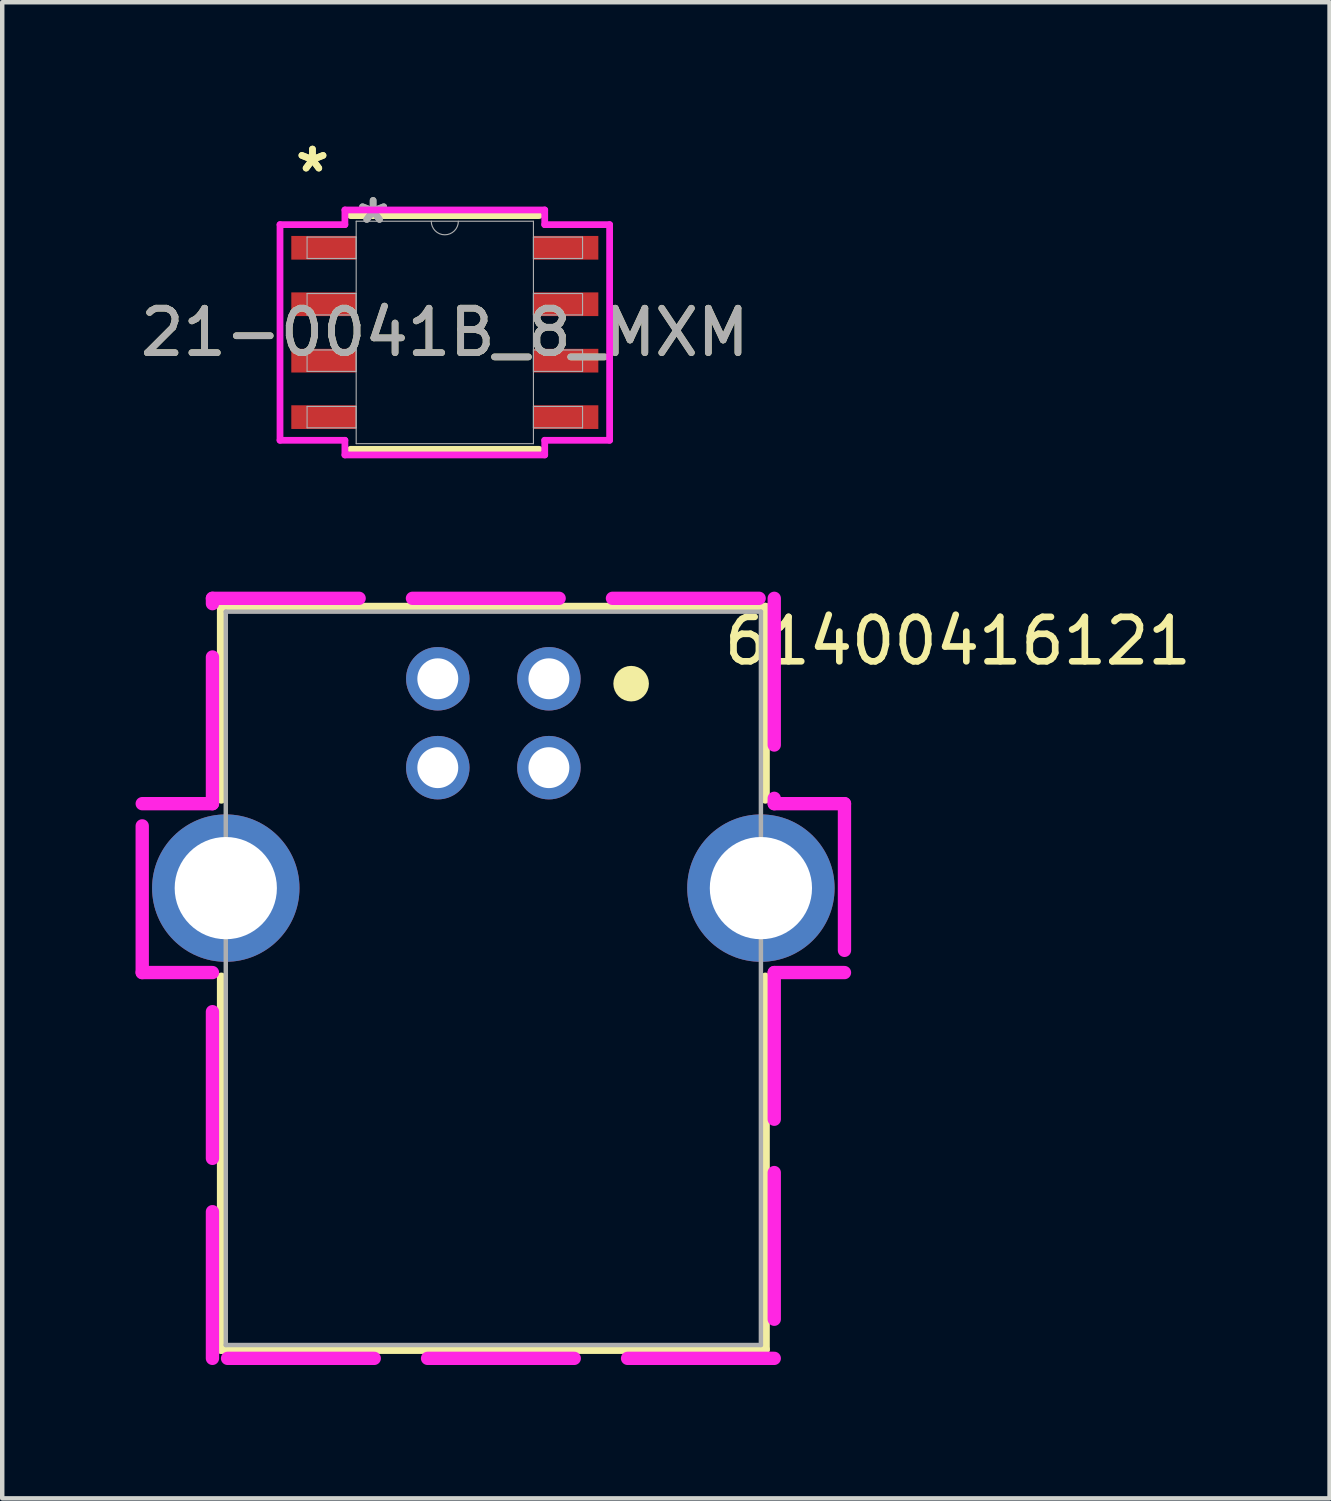
<source format=kicad_pcb>
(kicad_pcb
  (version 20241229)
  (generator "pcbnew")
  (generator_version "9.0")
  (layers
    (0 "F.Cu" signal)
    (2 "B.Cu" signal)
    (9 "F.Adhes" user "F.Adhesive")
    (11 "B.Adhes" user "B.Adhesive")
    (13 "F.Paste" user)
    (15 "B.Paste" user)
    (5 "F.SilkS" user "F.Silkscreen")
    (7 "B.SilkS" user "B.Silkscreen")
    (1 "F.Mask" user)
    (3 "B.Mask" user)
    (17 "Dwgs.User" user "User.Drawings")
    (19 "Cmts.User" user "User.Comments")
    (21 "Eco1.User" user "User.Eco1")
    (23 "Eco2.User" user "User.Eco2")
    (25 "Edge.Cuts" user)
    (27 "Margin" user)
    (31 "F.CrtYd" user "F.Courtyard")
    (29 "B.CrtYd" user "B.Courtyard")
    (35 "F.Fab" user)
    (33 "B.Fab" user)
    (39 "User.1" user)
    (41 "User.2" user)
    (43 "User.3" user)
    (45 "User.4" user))
  (footprint "21-0041B_8_MXM"
    (layer "F.Cu")
    (at 6.958 4.43)
    (property "Reference" "21-0041B_8_MXM" (at 0 0 0) (unlocked yes) (layer "F.SilkS") (effects (font (size 1 1) (thickness 0.15))))
    (attr smd)
    (fp_line (start -2.121 2.629) (end 2.121 2.629) (stroke (width 0.152) (type solid)) (layer "F.SilkS"))
    (fp_line (start 2.121 -2.629) (end -2.121 -2.629) (stroke (width 0.152) (type solid)) (layer "F.SilkS"))
    (fp_line (start -3.708 -2.426) (end -2.248 -2.426) (stroke (width 0.152) (type solid)) (layer "F.CrtYd"))
    (fp_line (start -3.708 2.426) (end -3.708 -2.426) (stroke (width 0.152) (type solid)) (layer "F.CrtYd"))
    (fp_line (start -3.708 2.426) (end -2.248 2.426) (stroke (width 0.152) (type solid)) (layer "F.CrtYd"))
    (fp_line (start -2.248 -2.756) (end 2.248 -2.756) (stroke (width 0.152) (type solid)) (layer "F.CrtYd"))
    (fp_line (start -2.248 -2.426) (end -2.248 -2.756) (stroke (width 0.152) (type solid)) (layer "F.CrtYd"))
    (fp_line (start -2.248 2.756) (end -2.248 2.426) (stroke (width 0.152) (type solid)) (layer "F.CrtYd"))
    (fp_line (start 2.248 -2.756) (end 2.248 -2.426) (stroke (width 0.152) (type solid)) (layer "F.CrtYd"))
    (fp_line (start 2.248 2.426) (end 2.248 2.756) (stroke (width 0.152) (type solid)) (layer "F.CrtYd"))
    (fp_line (start 2.248 2.756) (end -2.248 2.756) (stroke (width 0.152) (type solid)) (layer "F.CrtYd"))
    (fp_line (start 3.708 -2.426) (end 2.248 -2.426) (stroke (width 0.152) (type solid)) (layer "F.CrtYd"))
    (fp_line (start 3.708 -2.426) (end 3.708 2.426) (stroke (width 0.152) (type solid)) (layer "F.CrtYd"))
    (fp_line (start 3.708 2.426) (end 2.248 2.426) (stroke (width 0.152) (type solid)) (layer "F.CrtYd"))
    (fp_line (start -3.099 -2.146) (end -3.099 -1.664) (stroke (width 0.025) (type solid)) (layer "F.Fab"))
    (fp_line (start -3.099 -1.664) (end -1.994 -1.664) (stroke (width 0.025) (type solid)) (layer "F.Fab"))
    (fp_line (start -3.099 -0.876) (end -3.099 -0.394) (stroke (width 0.025) (type solid)) (layer "F.Fab"))
    (fp_line (start -3.099 -0.394) (end -1.994 -0.394) (stroke (width 0.025) (type solid)) (layer "F.Fab"))
    (fp_line (start -3.099 0.394) (end -3.099 0.876) (stroke (width 0.025) (type solid)) (layer "F.Fab"))
    (fp_line (start -3.099 0.876) (end -1.994 0.876) (stroke (width 0.025) (type solid)) (layer "F.Fab"))
    (fp_line (start -3.099 1.664) (end -3.099 2.146) (stroke (width 0.025) (type solid)) (layer "F.Fab"))
    (fp_line (start -3.099 2.146) (end -1.994 2.146) (stroke (width 0.025) (type solid)) (layer "F.Fab"))
    (fp_line (start -1.994 -2.502) (end -1.994 2.502) (stroke (width 0.025) (type solid)) (layer "F.Fab"))
    (fp_line (start -1.994 -2.146) (end -3.099 -2.146) (stroke (width 0.025) (type solid)) (layer "F.Fab"))
    (fp_line (start -1.994 -1.664) (end -1.994 -2.146) (stroke (width 0.025) (type solid)) (layer "F.Fab"))
    (fp_line (start -1.994 -0.876) (end -3.099 -0.876) (stroke (width 0.025) (type solid)) (layer "F.Fab"))
    (fp_line (start -1.994 -0.394) (end -1.994 -0.876) (stroke (width 0.025) (type solid)) (layer "F.Fab"))
    (fp_line (start -1.994 0.394) (end -3.099 0.394) (stroke (width 0.025) (type solid)) (layer "F.Fab"))
    (fp_line (start -1.994 0.876) (end -1.994 0.394) (stroke (width 0.025) (type solid)) (layer "F.Fab"))
    (fp_line (start -1.994 1.664) (end -3.099 1.664) (stroke (width 0.025) (type solid)) (layer "F.Fab"))
    (fp_line (start -1.994 2.146) (end -1.994 1.664) (stroke (width 0.025) (type solid)) (layer "F.Fab"))
    (fp_line (start -1.994 2.502) (end 1.994 2.502) (stroke (width 0.025) (type solid)) (layer "F.Fab"))
    (fp_line (start 1.994 -2.502) (end -1.994 -2.502) (stroke (width 0.025) (type solid)) (layer "F.Fab"))
    (fp_line (start 1.994 -2.146) (end 1.994 -1.664) (stroke (width 0.025) (type solid)) (layer "F.Fab"))
    (fp_line (start 1.994 -1.664) (end 3.099 -1.664) (stroke (width 0.025) (type solid)) (layer "F.Fab"))
    (fp_line (start 1.994 -0.876) (end 1.994 -0.394) (stroke (width 0.025) (type solid)) (layer "F.Fab"))
    (fp_line (start 1.994 -0.394) (end 3.099 -0.394) (stroke (width 0.025) (type solid)) (layer "F.Fab"))
    (fp_line (start 1.994 0.394) (end 1.994 0.876) (stroke (width 0.025) (type solid)) (layer "F.Fab"))
    (fp_line (start 1.994 0.876) (end 3.099 0.876) (stroke (width 0.025) (type solid)) (layer "F.Fab"))
    (fp_line (start 1.994 1.664) (end 1.994 2.146) (stroke (width 0.025) (type solid)) (layer "F.Fab"))
    (fp_line (start 1.994 2.146) (end 3.099 2.146) (stroke (width 0.025) (type solid)) (layer "F.Fab"))
    (fp_line (start 1.994 2.502) (end 1.994 -2.502) (stroke (width 0.025) (type solid)) (layer "F.Fab"))
    (fp_line (start 3.099 -2.146) (end 1.994 -2.146) (stroke (width 0.025) (type solid)) (layer "F.Fab"))
    (fp_line (start 3.099 -1.664) (end 3.099 -2.146) (stroke (width 0.025) (type solid)) (layer "F.Fab"))
    (fp_line (start 3.099 -0.876) (end 1.994 -0.876) (stroke (width 0.025) (type solid)) (layer "F.Fab"))
    (fp_line (start 3.099 -0.394) (end 3.099 -0.876) (stroke (width 0.025) (type solid)) (layer "F.Fab"))
    (fp_line (start 3.099 0.394) (end 1.994 0.394) (stroke (width 0.025) (type solid)) (layer "F.Fab"))
    (fp_line (start 3.099 0.876) (end 3.099 0.394) (stroke (width 0.025) (type solid)) (layer "F.Fab"))
    (fp_line (start 3.099 1.664) (end 1.994 1.664) (stroke (width 0.025) (type solid)) (layer "F.Fab"))
    (fp_line (start 3.099 2.146) (end 3.099 1.664) (stroke (width 0.025) (type solid)) (layer "F.Fab"))
    (fp_arc (start 0.3048 -2.5019) (mid 0 -2.1971) (end -0.3048 -2.5019) (stroke (width 0.0254) (type solid)) (layer "F.Fab"))
    (fp_text user "*" (at -2.978 -3.581 0) (unlocked yes) (layer "F.SilkS") (effects (font (size 1 1) (thickness 0.15))))
    (fp_text user "*" (at -2.978 -3.581 0) (layer "F.SilkS") (effects (font (size 1 1) (thickness 0.15))))
    (fp_text user "${REFERENCE}" (at 0 0 0) (unlocked yes) (layer "F.Fab") (effects (font (size 1 1) (thickness 0.15))))
    (fp_text user "*" (at -1.613 -2.426 0) (layer "F.Fab") (effects (font (size 1 1) (thickness 0.15))))
    (fp_text user "*" (at -1.613 -2.426 0) (unlocked yes) (layer "F.Fab") (effects (font (size 1 1) (thickness 0.15))))
    (pad "1" smd rect (at -2.724 -1.905) (size 1.46 0.533) (layers "F.Cu" "F.Mask" "F.Paste"))
    (pad "2" smd rect (at -2.724 -0.635) (size 1.46 0.533) (layers "F.Cu" "F.Mask" "F.Paste"))
    (pad "3" smd rect (at -2.724 0.635) (size 1.46 0.533) (layers "F.Cu" "F.Mask" "F.Paste"))
    (pad "4" smd rect (at -2.724 1.905) (size 1.46 0.533) (layers "F.Cu" "F.Mask" "F.Paste"))
    (pad "5" smd rect (at 2.724 1.905) (size 1.46 0.533) (layers "F.Cu" "F.Mask" "F.Paste"))
    (pad "6" smd rect (at 2.724 0.635) (size 1.46 0.533) (layers "F.Cu" "F.Mask" "F.Paste"))
    (pad "7" smd rect (at 2.724 -0.635) (size 1.46 0.533) (layers "F.Cu" "F.Mask" "F.Paste"))
    (pad "8" smd rect (at 2.724 -1.905) (size 1.46 0.533) (layers "F.Cu" "F.Mask" "F.Paste")))
  (footprint "61400416121"
    (layer "F.Cu")
    (at 8.05 18.962)
    (property "Reference" "61400416121" (at 10.451 -7.588 0) (layer "F.SilkS") (effects (font (size 1 1) (thickness 0.15))))
    (attr through_hole)
    (fp_line (start -6.12 -8.35) (end -6.12 -4.03) (stroke (width 0.2) (type solid)) (layer "F.SilkS"))
    (fp_line (start -6.12 -8.35) (end 6.12 -8.35) (stroke (width 0.2) (type solid)) (layer "F.SilkS"))
    (fp_line (start -6.12 -0.03) (end -6.12 8.35) (stroke (width 0.2) (type solid)) (layer "F.SilkS"))
    (fp_line (start -6.12 8.35) (end 6.12 8.35) (stroke (width 0.2) (type solid)) (layer "F.SilkS"))
    (fp_line (start 6.12 -8.35) (end 6.12 -4.03) (stroke (width 0.2) (type solid)) (layer "F.SilkS"))
    (fp_line (start 6.12 8.35) (end 6.12 -0.03) (stroke (width 0.2) (type solid)) (layer "F.SilkS"))
    (fp_circle (center 3.1 -6.63) (end 3.3 -6.63) (stroke (width 0.4) (type solid)) (fill no) (layer "F.SilkS"))
    (fp_poly (pts (xy -6.32 -8.55) (xy 6.32 -8.55) (xy 6.32 -3.93) (xy 7.9 -3.93) (xy 7.9 -0.13) (xy 6.32 -0.13) (xy 6.32 8.55) (xy -6.32 8.55) (xy -6.32 -0.13) (xy -7.9 -0.13) (xy -7.9 -3.93) (xy -6.32 -3.93)) (stroke (width 0.3) (type dash)) (fill no) (layer "F.CrtYd"))
    (fp_line (start -6.02 -8.25) (end -6.02 8.25) (stroke (width 0.1) (type solid)) (layer "F.Fab"))
    (fp_line (start -6.02 8.25) (end 6.02 8.25) (stroke (width 0.1) (type solid)) (layer "F.Fab"))
    (fp_line (start 6.02 -8.25) (end -6.02 -8.25) (stroke (width 0.1) (type solid)) (layer "F.Fab"))
    (fp_line (start 6.02 8.25) (end 6.02 -8.25) (stroke (width 0.1) (type solid)) (layer "F.Fab"))
    (pad "1" thru_hole circle (at 1.25 -6.74) (size 1.428 1.428) (drill 0.92) (layers "*.Cu" "*.Mask"))
    (pad "2" thru_hole circle (at -1.25 -6.74) (size 1.428 1.428) (drill 0.92) (layers "*.Cu" "*.Mask"))
    (pad "3" thru_hole circle (at -1.25 -4.74) (size 1.428 1.428) (drill 0.92) (layers "*.Cu" "*.Mask"))
    (pad "4" thru_hole circle (at 1.25 -4.74) (size 1.428 1.428) (drill 0.92) (layers "*.Cu" "*.Mask"))
    (pad "S1" thru_hole circle (at -6.02 -2.03) (size 3.316 3.316) (drill 2.3) (layers "*.Cu" "*.Mask"))
    (pad "S2" thru_hole circle (at 6.02 -2.03) (size 3.316 3.316) (drill 2.3) (layers "*.Cu" "*.Mask")))
  (gr_rect
    (start -3 -3)
    (end 26.864 30.662)
    (stroke (width 0.1) (type default))
    (fill no)
    (layer "Edge.Cuts")))
</source>
